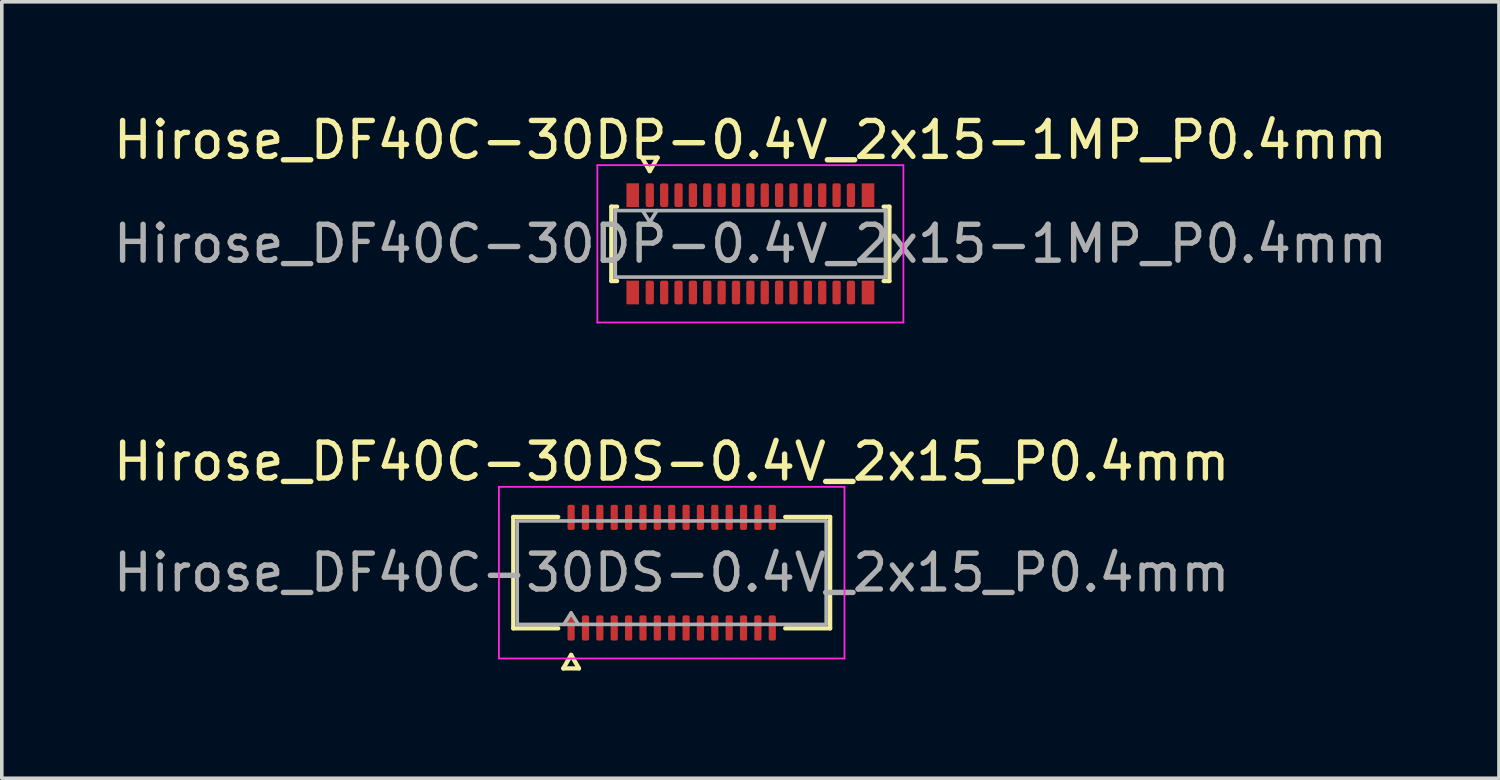
<source format=kicad_pcb>
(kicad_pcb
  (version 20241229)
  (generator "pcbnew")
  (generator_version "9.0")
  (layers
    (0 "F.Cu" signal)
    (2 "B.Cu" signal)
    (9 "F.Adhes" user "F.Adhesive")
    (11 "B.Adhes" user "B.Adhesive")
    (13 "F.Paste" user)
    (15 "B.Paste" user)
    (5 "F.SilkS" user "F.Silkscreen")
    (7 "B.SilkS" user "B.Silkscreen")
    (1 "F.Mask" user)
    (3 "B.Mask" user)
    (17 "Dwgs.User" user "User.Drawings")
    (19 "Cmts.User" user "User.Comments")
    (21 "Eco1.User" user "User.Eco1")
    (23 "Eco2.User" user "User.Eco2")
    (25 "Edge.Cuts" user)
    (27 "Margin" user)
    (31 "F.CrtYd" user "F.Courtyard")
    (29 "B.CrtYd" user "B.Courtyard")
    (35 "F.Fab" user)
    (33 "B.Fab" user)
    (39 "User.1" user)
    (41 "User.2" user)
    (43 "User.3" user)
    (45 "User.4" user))
  (footprint "Hirose_DF40C-30DP-0.4V_2x15-1MP_P0.4mm"
    (layer "F.Cu")
    (at 17.839 3.738)
    (property "Reference" "Hirose_DF40C-30DP-0.4V_2x15-1MP_P0.4mm" (at 0 -2.89 0) (layer "F.SilkS") (effects (font (size 1 1) (thickness 0.15))))
    (attr smd)
    (fp_line (start -3.87 -1.035) (end -3.71 -1.035) (stroke (width 0.12) (type solid)) (layer "F.SilkS"))
    (fp_line (start -3.87 1.035) (end -3.87 -1.035) (stroke (width 0.12) (type solid)) (layer "F.SilkS"))
    (fp_line (start -3.71 1.035) (end -3.87 1.035) (stroke (width 0.12) (type solid)) (layer "F.SilkS"))
    (fp_line (start -3.017 -2.4) (end -2.8 -2.025) (stroke (width 0.12) (type solid)) (layer "F.SilkS"))
    (fp_line (start -2.8 -2.025) (end -2.583 -2.4) (stroke (width 0.12) (type solid)) (layer "F.SilkS"))
    (fp_line (start -2.583 -2.4) (end -3.017 -2.4) (stroke (width 0.12) (type solid)) (layer "F.SilkS"))
    (fp_line (start 3.71 -1.035) (end 3.87 -1.035) (stroke (width 0.12) (type solid)) (layer "F.SilkS"))
    (fp_line (start 3.87 -1.035) (end 3.87 1.035) (stroke (width 0.12) (type solid)) (layer "F.SilkS"))
    (fp_line (start 3.87 1.035) (end 3.71 1.035) (stroke (width 0.12) (type solid)) (layer "F.SilkS"))
    (fp_line (start -4.26 -2.19) (end -4.26 2.19) (stroke (width 0.05) (type solid)) (layer "F.CrtYd"))
    (fp_line (start -4.26 2.19) (end 4.26 2.19) (stroke (width 0.05) (type solid)) (layer "F.CrtYd"))
    (fp_line (start 4.26 -2.19) (end -4.26 -2.19) (stroke (width 0.05) (type solid)) (layer "F.CrtYd"))
    (fp_line (start 4.26 2.19) (end 4.26 -2.19) (stroke (width 0.05) (type solid)) (layer "F.CrtYd"))
    (fp_line (start -3.76 -0.925) (end 3.76 -0.925) (stroke (width 0.1) (type solid)) (layer "F.Fab"))
    (fp_line (start -3.76 0.925) (end -3.76 -0.925) (stroke (width 0.1) (type solid)) (layer "F.Fab"))
    (fp_line (start -3 -0.925) (end -2.8 -0.605) (stroke (width 0.1) (type solid)) (layer "F.Fab"))
    (fp_line (start -2.8 -0.605) (end -2.6 -0.925) (stroke (width 0.1) (type solid)) (layer "F.Fab"))
    (fp_line (start 3.76 -0.925) (end 3.76 0.925) (stroke (width 0.1) (type solid)) (layer "F.Fab"))
    (fp_line (start 3.76 0.925) (end -3.76 0.925) (stroke (width 0.1) (type solid)) (layer "F.Fab"))
    (fp_text user "${REFERENCE}" (at 0 0 0) (layer "F.Fab") (effects (font (size 1 1) (thickness 0.15))))
    (pad "1" smd roundrect (at -2.8 -1.355) (size 0.23 0.66) (layers "F.Cu" "F.Mask" "F.Paste") (roundrect_rratio 0.25))
    (pad "2" smd roundrect (at -2.8 1.355) (size 0.23 0.66) (layers "F.Cu" "F.Mask" "F.Paste") (roundrect_rratio 0.25))
    (pad "3" smd roundrect (at -2.4 -1.355) (size 0.23 0.66) (layers "F.Cu" "F.Mask" "F.Paste") (roundrect_rratio 0.25))
    (pad "4" smd roundrect (at -2.4 1.355) (size 0.23 0.66) (layers "F.Cu" "F.Mask" "F.Paste") (roundrect_rratio 0.25))
    (pad "5" smd roundrect (at -2 -1.355) (size 0.23 0.66) (layers "F.Cu" "F.Mask" "F.Paste") (roundrect_rratio 0.25))
    (pad "6" smd roundrect (at -2 1.355) (size 0.23 0.66) (layers "F.Cu" "F.Mask" "F.Paste") (roundrect_rratio 0.25))
    (pad "7" smd roundrect (at -1.6 -1.355) (size 0.23 0.66) (layers "F.Cu" "F.Mask" "F.Paste") (roundrect_rratio 0.25))
    (pad "8" smd roundrect (at -1.6 1.355) (size 0.23 0.66) (layers "F.Cu" "F.Mask" "F.Paste") (roundrect_rratio 0.25))
    (pad "9" smd roundrect (at -1.2 -1.355) (size 0.23 0.66) (layers "F.Cu" "F.Mask" "F.Paste") (roundrect_rratio 0.25))
    (pad "10" smd roundrect (at -1.2 1.355) (size 0.23 0.66) (layers "F.Cu" "F.Mask" "F.Paste") (roundrect_rratio 0.25))
    (pad "11" smd roundrect (at -0.8 -1.355) (size 0.23 0.66) (layers "F.Cu" "F.Mask" "F.Paste") (roundrect_rratio 0.25))
    (pad "12" smd roundrect (at -0.8 1.355) (size 0.23 0.66) (layers "F.Cu" "F.Mask" "F.Paste") (roundrect_rratio 0.25))
    (pad "13" smd roundrect (at -0.4 -1.355) (size 0.23 0.66) (layers "F.Cu" "F.Mask" "F.Paste") (roundrect_rratio 0.25))
    (pad "14" smd roundrect (at -0.4 1.355) (size 0.23 0.66) (layers "F.Cu" "F.Mask" "F.Paste") (roundrect_rratio 0.25))
    (pad "15" smd roundrect (at 0 -1.355) (size 0.23 0.66) (layers "F.Cu" "F.Mask" "F.Paste") (roundrect_rratio 0.25))
    (pad "16" smd roundrect (at 0 1.355) (size 0.23 0.66) (layers "F.Cu" "F.Mask" "F.Paste") (roundrect_rratio 0.25))
    (pad "17" smd roundrect (at 0.4 -1.355) (size 0.23 0.66) (layers "F.Cu" "F.Mask" "F.Paste") (roundrect_rratio 0.25))
    (pad "18" smd roundrect (at 0.4 1.355) (size 0.23 0.66) (layers "F.Cu" "F.Mask" "F.Paste") (roundrect_rratio 0.25))
    (pad "19" smd roundrect (at 0.8 -1.355) (size 0.23 0.66) (layers "F.Cu" "F.Mask" "F.Paste") (roundrect_rratio 0.25))
    (pad "20" smd roundrect (at 0.8 1.355) (size 0.23 0.66) (layers "F.Cu" "F.Mask" "F.Paste") (roundrect_rratio 0.25))
    (pad "21" smd roundrect (at 1.2 -1.355) (size 0.23 0.66) (layers "F.Cu" "F.Mask" "F.Paste") (roundrect_rratio 0.25))
    (pad "22" smd roundrect (at 1.2 1.355) (size 0.23 0.66) (layers "F.Cu" "F.Mask" "F.Paste") (roundrect_rratio 0.25))
    (pad "23" smd roundrect (at 1.6 -1.355) (size 0.23 0.66) (layers "F.Cu" "F.Mask" "F.Paste") (roundrect_rratio 0.25))
    (pad "24" smd roundrect (at 1.6 1.355) (size 0.23 0.66) (layers "F.Cu" "F.Mask" "F.Paste") (roundrect_rratio 0.25))
    (pad "25" smd roundrect (at 2 -1.355) (size 0.23 0.66) (layers "F.Cu" "F.Mask" "F.Paste") (roundrect_rratio 0.25))
    (pad "26" smd roundrect (at 2 1.355) (size 0.23 0.66) (layers "F.Cu" "F.Mask" "F.Paste") (roundrect_rratio 0.25))
    (pad "27" smd roundrect (at 2.4 -1.355) (size 0.23 0.66) (layers "F.Cu" "F.Mask" "F.Paste") (roundrect_rratio 0.25))
    (pad "28" smd roundrect (at 2.4 1.355) (size 0.23 0.66) (layers "F.Cu" "F.Mask" "F.Paste") (roundrect_rratio 0.25))
    (pad "29" smd roundrect (at 2.8 -1.355) (size 0.23 0.66) (layers "F.Cu" "F.Mask" "F.Paste") (roundrect_rratio 0.25))
    (pad "30" smd roundrect (at 2.8 1.355) (size 0.23 0.66) (layers "F.Cu" "F.Mask" "F.Paste") (roundrect_rratio 0.25))
    (pad "MP" smd rect (at -3.275 -1.355) (size 0.35 0.66) (layers "F.Cu" "F.Mask" "F.Paste"))
    (pad "MP" smd rect (at -3.275 1.355) (size 0.35 0.66) (layers "F.Cu" "F.Mask" "F.Paste"))
    (pad "MP" smd rect (at 3.275 -1.355) (size 0.35 0.66) (layers "F.Cu" "F.Mask" "F.Paste"))
    (pad "MP" smd rect (at 3.275 1.355) (size 0.35 0.66) (layers "F.Cu" "F.Mask" "F.Paste")))
  (footprint "Hirose_DF40C-30DS-0.4V_2x15_P0.4mm"
    (layer "F.Cu")
    (at 15.649 12.892)
    (property "Reference" "Hirose_DF40C-30DS-0.4V_2x15_P0.4mm" (at 0 -3.09 0) (layer "F.SilkS") (effects (font (size 1 1) (thickness 0.15))))
    (attr smd)
    (fp_line (start -4.41 -1.55) (end -3.16 -1.55) (stroke (width 0.12) (type solid)) (layer "F.SilkS"))
    (fp_line (start -4.41 1.55) (end -4.41 -1.55) (stroke (width 0.12) (type solid)) (layer "F.SilkS"))
    (fp_line (start -3.16 1.55) (end -4.41 1.55) (stroke (width 0.12) (type solid)) (layer "F.SilkS"))
    (fp_line (start -3.017 2.665) (end -2.8 2.29) (stroke (width 0.12) (type solid)) (layer "F.SilkS"))
    (fp_line (start -2.8 2.29) (end -2.583 2.665) (stroke (width 0.12) (type solid)) (layer "F.SilkS"))
    (fp_line (start -2.583 2.665) (end -3.017 2.665) (stroke (width 0.12) (type solid)) (layer "F.SilkS"))
    (fp_line (start 3.16 -1.55) (end 4.41 -1.55) (stroke (width 0.12) (type solid)) (layer "F.SilkS"))
    (fp_line (start 4.41 -1.55) (end 4.41 1.55) (stroke (width 0.12) (type solid)) (layer "F.SilkS"))
    (fp_line (start 4.41 1.55) (end 3.16 1.55) (stroke (width 0.12) (type solid)) (layer "F.SilkS"))
    (fp_line (start -4.81 -2.39) (end -4.81 2.39) (stroke (width 0.05) (type solid)) (layer "F.CrtYd"))
    (fp_line (start -4.81 2.39) (end 4.81 2.39) (stroke (width 0.05) (type solid)) (layer "F.CrtYd"))
    (fp_line (start 4.81 -2.39) (end -4.81 -2.39) (stroke (width 0.05) (type solid)) (layer "F.CrtYd"))
    (fp_line (start 4.81 2.39) (end 4.81 -2.39) (stroke (width 0.05) (type solid)) (layer "F.CrtYd"))
    (fp_line (start -4.3 -1.44) (end 4.3 -1.44) (stroke (width 0.1) (type solid)) (layer "F.Fab"))
    (fp_line (start -4.3 1.44) (end -4.3 -1.44) (stroke (width 0.1) (type solid)) (layer "F.Fab"))
    (fp_line (start -3 1.44) (end -2.8 1.12) (stroke (width 0.1) (type solid)) (layer "F.Fab"))
    (fp_line (start -2.8 1.12) (end -2.6 1.44) (stroke (width 0.1) (type solid)) (layer "F.Fab"))
    (fp_line (start 4.3 -1.44) (end 4.3 1.44) (stroke (width 0.1) (type solid)) (layer "F.Fab"))
    (fp_line (start 4.3 1.44) (end -4.3 1.44) (stroke (width 0.1) (type solid)) (layer "F.Fab"))
    (fp_text user "${REFERENCE}" (at 0 0 0) (layer "F.Fab") (effects (font (size 1 1) (thickness 0.15))))
    (pad "1" smd roundrect (at -2.8 1.54) (size 0.2 0.7) (layers "F.Cu" "F.Mask" "F.Paste") (roundrect_rratio 0.25))
    (pad "2" smd roundrect (at -2.8 -1.54) (size 0.2 0.7) (layers "F.Cu" "F.Mask" "F.Paste") (roundrect_rratio 0.25))
    (pad "3" smd roundrect (at -2.4 1.54) (size 0.2 0.7) (layers "F.Cu" "F.Mask" "F.Paste") (roundrect_rratio 0.25))
    (pad "4" smd roundrect (at -2.4 -1.54) (size 0.2 0.7) (layers "F.Cu" "F.Mask" "F.Paste") (roundrect_rratio 0.25))
    (pad "5" smd roundrect (at -2 1.54) (size 0.2 0.7) (layers "F.Cu" "F.Mask" "F.Paste") (roundrect_rratio 0.25))
    (pad "6" smd roundrect (at -2 -1.54) (size 0.2 0.7) (layers "F.Cu" "F.Mask" "F.Paste") (roundrect_rratio 0.25))
    (pad "7" smd roundrect (at -1.6 1.54) (size 0.2 0.7) (layers "F.Cu" "F.Mask" "F.Paste") (roundrect_rratio 0.25))
    (pad "8" smd roundrect (at -1.6 -1.54) (size 0.2 0.7) (layers "F.Cu" "F.Mask" "F.Paste") (roundrect_rratio 0.25))
    (pad "9" smd roundrect (at -1.2 1.54) (size 0.2 0.7) (layers "F.Cu" "F.Mask" "F.Paste") (roundrect_rratio 0.25))
    (pad "10" smd roundrect (at -1.2 -1.54) (size 0.2 0.7) (layers "F.Cu" "F.Mask" "F.Paste") (roundrect_rratio 0.25))
    (pad "11" smd roundrect (at -0.8 1.54) (size 0.2 0.7) (layers "F.Cu" "F.Mask" "F.Paste") (roundrect_rratio 0.25))
    (pad "12" smd roundrect (at -0.8 -1.54) (size 0.2 0.7) (layers "F.Cu" "F.Mask" "F.Paste") (roundrect_rratio 0.25))
    (pad "13" smd roundrect (at -0.4 1.54) (size 0.2 0.7) (layers "F.Cu" "F.Mask" "F.Paste") (roundrect_rratio 0.25))
    (pad "14" smd roundrect (at -0.4 -1.54) (size 0.2 0.7) (layers "F.Cu" "F.Mask" "F.Paste") (roundrect_rratio 0.25))
    (pad "15" smd roundrect (at 0 1.54) (size 0.2 0.7) (layers "F.Cu" "F.Mask" "F.Paste") (roundrect_rratio 0.25))
    (pad "16" smd roundrect (at 0 -1.54) (size 0.2 0.7) (layers "F.Cu" "F.Mask" "F.Paste") (roundrect_rratio 0.25))
    (pad "17" smd roundrect (at 0.4 1.54) (size 0.2 0.7) (layers "F.Cu" "F.Mask" "F.Paste") (roundrect_rratio 0.25))
    (pad "18" smd roundrect (at 0.4 -1.54) (size 0.2 0.7) (layers "F.Cu" "F.Mask" "F.Paste") (roundrect_rratio 0.25))
    (pad "19" smd roundrect (at 0.8 1.54) (size 0.2 0.7) (layers "F.Cu" "F.Mask" "F.Paste") (roundrect_rratio 0.25))
    (pad "20" smd roundrect (at 0.8 -1.54) (size 0.2 0.7) (layers "F.Cu" "F.Mask" "F.Paste") (roundrect_rratio 0.25))
    (pad "21" smd roundrect (at 1.2 1.54) (size 0.2 0.7) (layers "F.Cu" "F.Mask" "F.Paste") (roundrect_rratio 0.25))
    (pad "22" smd roundrect (at 1.2 -1.54) (size 0.2 0.7) (layers "F.Cu" "F.Mask" "F.Paste") (roundrect_rratio 0.25))
    (pad "23" smd roundrect (at 1.6 1.54) (size 0.2 0.7) (layers "F.Cu" "F.Mask" "F.Paste") (roundrect_rratio 0.25))
    (pad "24" smd roundrect (at 1.6 -1.54) (size 0.2 0.7) (layers "F.Cu" "F.Mask" "F.Paste") (roundrect_rratio 0.25))
    (pad "25" smd roundrect (at 2 1.54) (size 0.2 0.7) (layers "F.Cu" "F.Mask" "F.Paste") (roundrect_rratio 0.25))
    (pad "26" smd roundrect (at 2 -1.54) (size 0.2 0.7) (layers "F.Cu" "F.Mask" "F.Paste") (roundrect_rratio 0.25))
    (pad "27" smd roundrect (at 2.4 1.54) (size 0.2 0.7) (layers "F.Cu" "F.Mask" "F.Paste") (roundrect_rratio 0.25))
    (pad "28" smd roundrect (at 2.4 -1.54) (size 0.2 0.7) (layers "F.Cu" "F.Mask" "F.Paste") (roundrect_rratio 0.25))
    (pad "29" smd roundrect (at 2.8 1.54) (size 0.2 0.7) (layers "F.Cu" "F.Mask" "F.Paste") (roundrect_rratio 0.25))
    (pad "30" smd roundrect (at 2.8 -1.54) (size 0.2 0.7) (layers "F.Cu" "F.Mask" "F.Paste") (roundrect_rratio 0.25)))
  (gr_rect
    (start -3 -3)
    (end 38.679 18.616)
    (stroke (width 0.1) (type default))
    (fill no)
    (layer "Edge.Cuts")))
</source>
